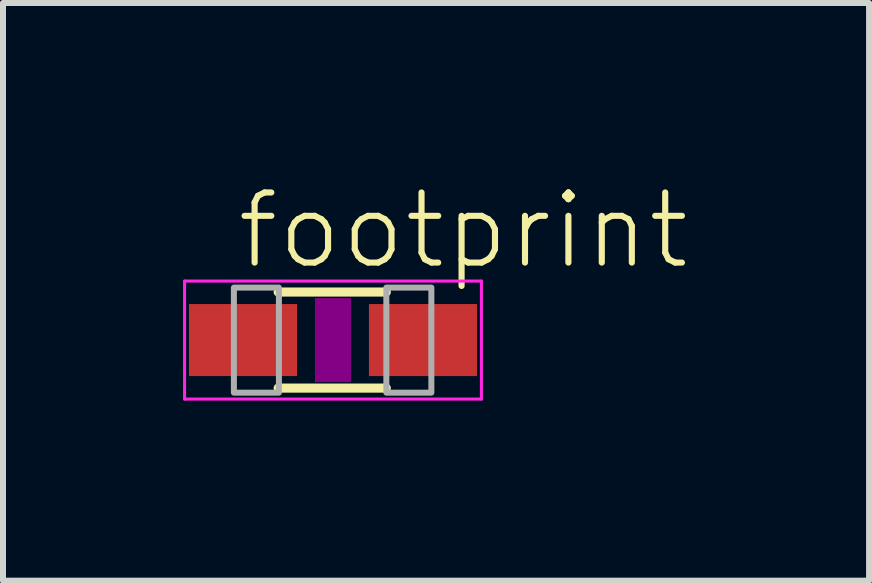
<source format=kicad_pcb>
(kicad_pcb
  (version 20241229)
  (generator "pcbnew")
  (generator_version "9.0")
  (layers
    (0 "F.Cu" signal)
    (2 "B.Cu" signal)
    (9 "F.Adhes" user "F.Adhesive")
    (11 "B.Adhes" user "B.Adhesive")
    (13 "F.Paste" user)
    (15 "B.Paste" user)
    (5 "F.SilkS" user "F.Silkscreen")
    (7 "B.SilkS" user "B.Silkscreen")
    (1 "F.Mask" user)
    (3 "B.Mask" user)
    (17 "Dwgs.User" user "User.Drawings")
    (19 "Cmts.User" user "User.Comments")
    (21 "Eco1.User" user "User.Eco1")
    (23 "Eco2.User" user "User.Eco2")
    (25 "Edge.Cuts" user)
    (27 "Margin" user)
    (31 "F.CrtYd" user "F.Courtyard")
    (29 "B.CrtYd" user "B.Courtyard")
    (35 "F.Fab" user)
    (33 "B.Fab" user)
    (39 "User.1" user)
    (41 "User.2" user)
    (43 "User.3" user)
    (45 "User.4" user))
  (footprint "footprint"
    (layer "F.Cu")
    (at 2.498 2.616)
    (property "Reference" "footprint" (at -1.651 -1.143 0) (layer "F.SilkS") (effects (font (size 1.168 1.168) (thickness 0.102)) (justify left bottom)))
    (fp_line (start -0.913 -0.8) (end 0.888 -0.8) (stroke (width 0.152) (type solid)) (layer "F.SilkS"))
    (fp_line (start -0.913 0.8) (end 0.888 0.8) (stroke (width 0.152) (type solid)) (layer "F.SilkS"))
    (fp_poly (pts (xy -0.3 0.7) (xy 0.3 0.7) (xy 0.3 -0.7) (xy -0.3 -0.7)) (stroke (width 0) (type solid)) (fill yes) (layer "F.Adhes"))
    (fp_line (start -2.473 -0.983) (end 2.473 -0.983) (stroke (width 0.051) (type solid)) (layer "F.CrtYd"))
    (fp_line (start -2.473 0.983) (end -2.473 -0.983) (stroke (width 0.051) (type solid)) (layer "F.CrtYd"))
    (fp_line (start 2.473 -0.983) (end 2.473 0.983) (stroke (width 0.051) (type solid)) (layer "F.CrtYd"))
    (fp_line (start 2.473 0.983) (end -2.473 0.983) (stroke (width 0.051) (type solid)) (layer "F.CrtYd"))
    (fp_poly (pts (xy -1.651 0.876) (xy -0.901 0.876) (xy -0.901 -0.874) (xy -1.651 -0.874)) (stroke (width 0.1) (type solid)) (fill no) (layer "F.Fab"))
    (fp_poly (pts (xy 0.889 0.876) (xy 1.639 0.876) (xy 1.639 -0.874) (xy 0.889 -0.874)) (stroke (width 0.1) (type solid)) (fill no) (layer "F.Fab"))
    (pad "1" smd rect (at -1.499 0) (size 1.8 1.2) (layers "F.Cu" "F.Mask" "F.Paste"))
    (pad "2" smd rect (at 1.499 0) (size 1.8 1.2) (layers "F.Cu" "F.Mask" "F.Paste")))
  (gr_rect
    (start -3 -3)
    (end 11.43 6.625)
    (stroke (width 0.1) (type default))
    (fill no)
    (layer "Edge.Cuts")))
</source>
